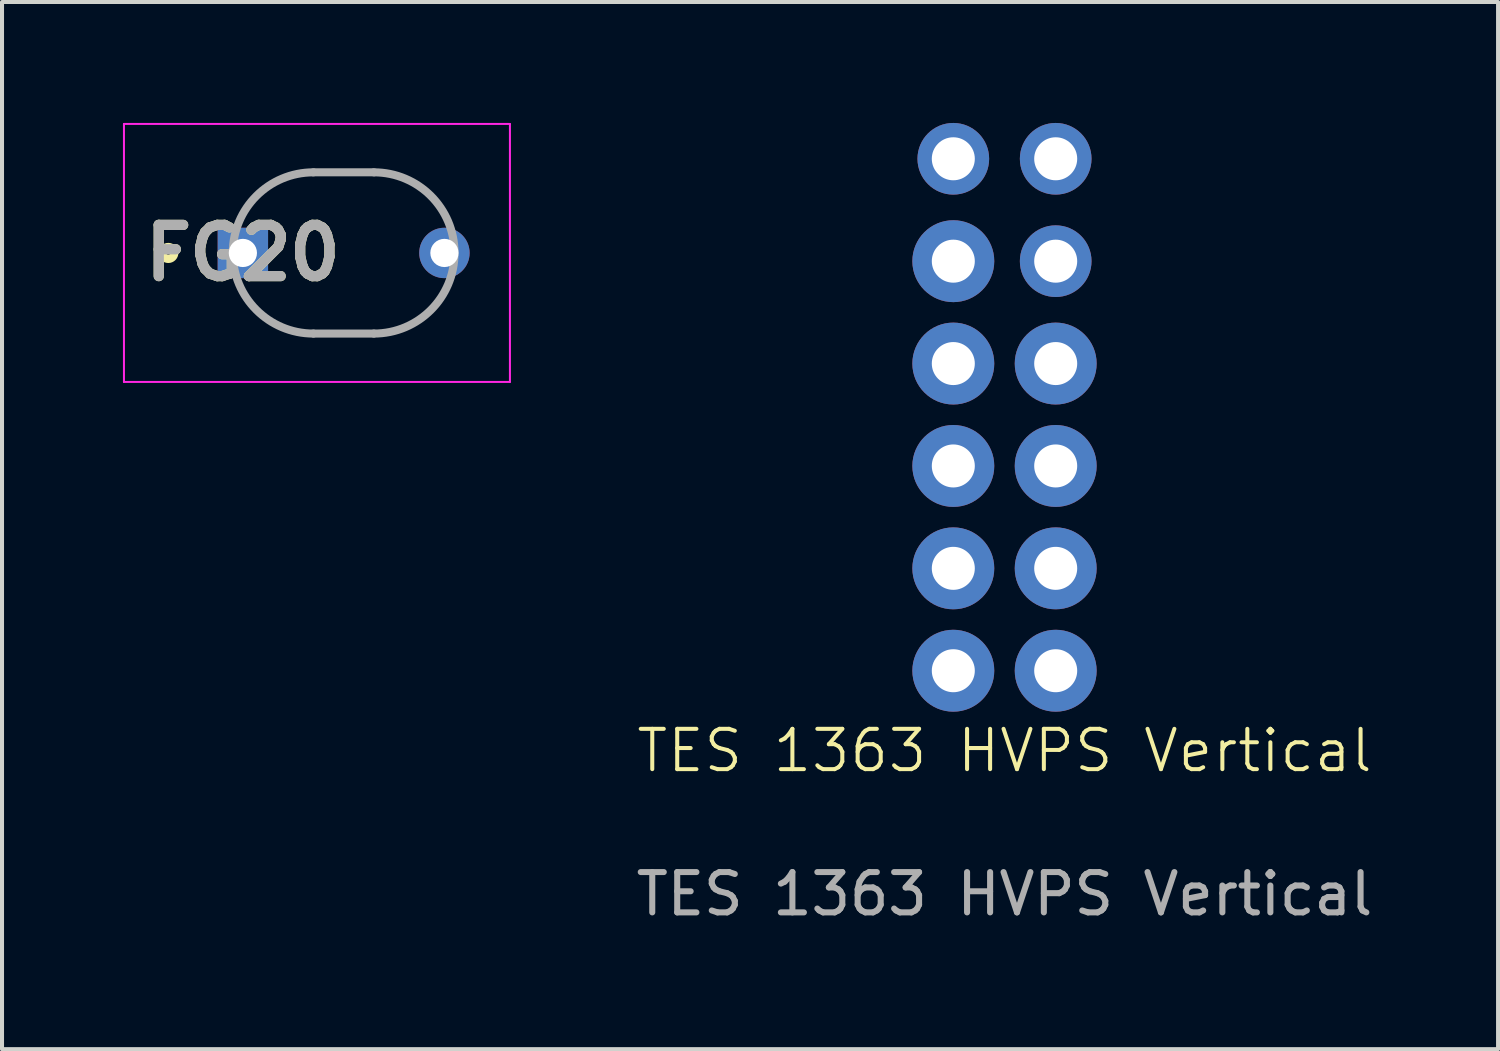
<source format=kicad_pcb>
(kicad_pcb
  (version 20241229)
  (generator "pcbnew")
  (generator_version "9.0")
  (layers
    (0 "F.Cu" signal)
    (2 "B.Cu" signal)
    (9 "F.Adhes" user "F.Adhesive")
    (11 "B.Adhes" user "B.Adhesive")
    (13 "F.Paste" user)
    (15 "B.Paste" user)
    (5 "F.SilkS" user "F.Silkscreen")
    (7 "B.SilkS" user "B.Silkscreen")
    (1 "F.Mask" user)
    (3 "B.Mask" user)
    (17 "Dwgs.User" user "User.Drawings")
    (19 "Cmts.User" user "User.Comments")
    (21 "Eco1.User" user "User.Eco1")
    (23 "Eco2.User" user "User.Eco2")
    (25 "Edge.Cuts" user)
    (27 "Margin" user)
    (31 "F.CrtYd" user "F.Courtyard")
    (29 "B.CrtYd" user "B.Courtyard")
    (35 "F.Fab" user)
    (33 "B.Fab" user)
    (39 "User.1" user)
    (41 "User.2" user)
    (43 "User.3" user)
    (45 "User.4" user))
  (footprint "TES 1363 HVPS Vertical"
    (layer "F.Cu")
    (at 21.869 8.461)
    (property "Reference" "TES 1363 HVPS Vertical" (at 0 7.112 0) (unlocked yes) (layer "F.SilkS") (effects (font (size 1 1) (thickness 0.1))))
    (attr through_hole)
    (fp_text user "${REFERENCE}" (at 0 10.668 0) (unlocked yes) (layer "F.Fab") (effects (font (size 1 1) (thickness 0.15))))
    (pad "Enable" thru_hole circle (at 1.27 2.588) (size 2.032 2.032) (drill 1.067) (layers "*.Cu" "*.Mask"))
    (pad "Gnd" thru_hole circle (at -1.27 -5.032) (size 2.032 2.032) (drill 1.067) (layers "*.Cu" "*.Mask"))
    (pad "Gnd" thru_hole circle (at -1.27 -2.492) (size 2.032 2.032) (drill 1.067) (layers "*.Cu" "*.Mask"))
    (pad "Gnd" thru_hole circle (at -1.27 0.048) (size 2.032 2.032) (drill 1.067) (layers "*.Cu" "*.Mask"))
    (pad "Gnd" thru_hole circle (at -1.27 2.588) (size 2.032 2.032) (drill 1.067) (layers "*.Cu" "*.Mask"))
    (pad "Gnd" thru_hole circle (at -1.27 5.128) (size 2.032 2.032) (drill 1.067) (layers "*.Cu" "*.Mask"))
    (pad "Gnd" thru_hole circle (at 1.27 -5.032) (size 1.778 1.778) (drill 1.067) (layers "*.Cu" "*.Mask"))
    (pad "HV" thru_hole circle (at 1.27 -7.572) (size 1.778 1.778) (drill 1.067) (layers "*.Cu" "*.Mask"))
    (pad "N/C" thru_hole circle (at -1.27 -7.572) (size 1.778 1.778) (drill 1.067) (layers "*.Cu" "*.Mask"))
    (pad "Radj" thru_hole circle (at 1.27 -2.492) (size 2.032 2.032) (drill 1.067) (layers "*.Cu" "*.Mask"))
    (pad "Vbias" thru_hole circle (at 1.27 0.048) (size 2.032 2.032) (drill 1.067) (layers "*.Cu" "*.Mask"))
    (pad "Vin" thru_hole circle (at 1.27 5.128) (size 2.032 2.032) (drill 1.067) (layers "*.Cu" "*.Mask")))
  (footprint "FG20"
    (layer "F.Cu")
    (at 2.975 3.225)
    (property "Reference" "FG20" (at 0 0 0) (layer "F.SilkS") (effects (font (size 1.27 1.27) (thickness 0.254))))
    (attr through_hole)
    (fp_circle (center -1.85 0) (end -1.85 0.05) (stroke (width 0.2) (type solid)) (fill no) (layer "F.SilkS"))
    (fp_line (start -2.95 -3.2) (end 6.625 -3.2) (stroke (width 0.05) (type solid)) (layer "F.CrtYd"))
    (fp_line (start -2.95 3.2) (end -2.95 -3.2) (stroke (width 0.05) (type solid)) (layer "F.CrtYd"))
    (fp_line (start 6.625 -3.2) (end 6.625 3.2) (stroke (width 0.05) (type solid)) (layer "F.CrtYd"))
    (fp_line (start 6.625 3.2) (end -2.95 3.2) (stroke (width 0.05) (type solid)) (layer "F.CrtYd"))
    (fp_line (start 1.75 -2) (end 3.25 -2) (stroke (width 0.2) (type solid)) (layer "F.Fab"))
    (fp_line (start 3.25 2) (end 1.75 2) (stroke (width 0.2) (type solid)) (layer "F.Fab"))
    (fp_arc (start 1.75 2) (mid -0.25 0) (end 1.75 -2) (stroke (width 0.2) (type solid)) (layer "F.Fab"))
    (fp_arc (start 3.25 -2) (mid 5.25 0) (end 3.25 2) (stroke (width 0.2) (type solid)) (layer "F.Fab"))
    (fp_text user "${REFERENCE}" (at 0 0 0) (layer "F.Fab") (effects (font (size 1.27 1.27) (thickness 0.254))))
    (pad "1" thru_hole rect (at 0 0) (size 1.25 1.25) (drill 0.7) (layers "*.Cu" "*.Mask"))
    (pad "2" thru_hole circle (at 5 0) (size 1.25 1.25) (drill 0.7) (layers "*.Cu" "*.Mask")))
  (gr_rect
    (start -3 -3)
    (end 34.113 22.977)
    (stroke (width 0.1) (type default))
    (fill no)
    (layer "Edge.Cuts")))
</source>
